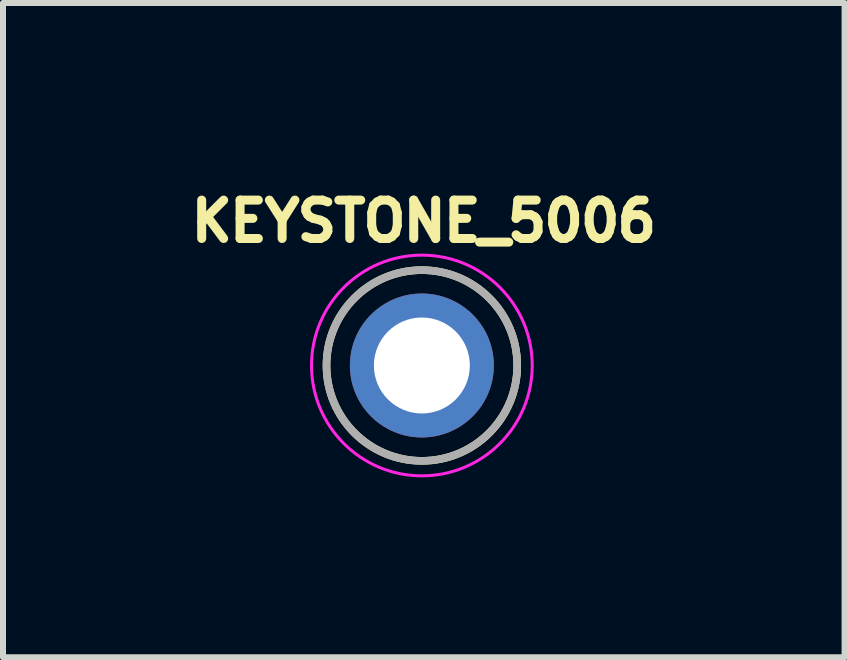
<source format=kicad_pcb>
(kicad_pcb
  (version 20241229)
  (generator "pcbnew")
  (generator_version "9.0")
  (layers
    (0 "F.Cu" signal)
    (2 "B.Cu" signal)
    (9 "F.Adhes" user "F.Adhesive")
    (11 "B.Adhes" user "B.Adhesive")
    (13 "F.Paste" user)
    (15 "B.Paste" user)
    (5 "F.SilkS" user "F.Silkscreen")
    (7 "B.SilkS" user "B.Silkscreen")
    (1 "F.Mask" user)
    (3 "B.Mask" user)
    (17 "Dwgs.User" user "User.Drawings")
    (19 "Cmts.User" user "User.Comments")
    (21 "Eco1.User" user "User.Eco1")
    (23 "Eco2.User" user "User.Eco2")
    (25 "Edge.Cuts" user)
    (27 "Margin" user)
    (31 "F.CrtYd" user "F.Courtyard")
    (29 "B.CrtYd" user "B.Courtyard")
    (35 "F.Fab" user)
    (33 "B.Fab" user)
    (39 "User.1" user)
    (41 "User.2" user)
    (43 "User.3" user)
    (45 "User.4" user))
  (footprint "KEYSTONE_5006"
    (layer "F.Cu")
    (at 3.984 3.044)
    (property "Reference" "KEYSTONE_5006" (at 0.032 -2.406 0) (layer "F.SilkS") (effects (font (size 0.64 0.64) (thickness 0.15))))
    (attr through_hole)
    (fp_circle (center 0 0) (end 1.59 0) (stroke (width 0.127) (type solid)) (fill no) (layer "F.SilkS"))
    (fp_circle (center 0 0) (end 1.84 0) (stroke (width 0.05) (type solid)) (fill no) (layer "F.CrtYd"))
    (fp_circle (center 0 0) (end 1.59 0) (stroke (width 0.127) (type solid)) (fill no) (layer "F.Fab"))
    (pad "TP" thru_hole circle (at 0 0) (size 2.4 2.4) (drill 1.6) (layers "*.Cu" "*.Mask")))
  (gr_rect
    (start -3 -3)
    (end 11.032 7.909)
    (stroke (width 0.1) (type default))
    (fill no)
    (layer "Edge.Cuts")))
</source>
